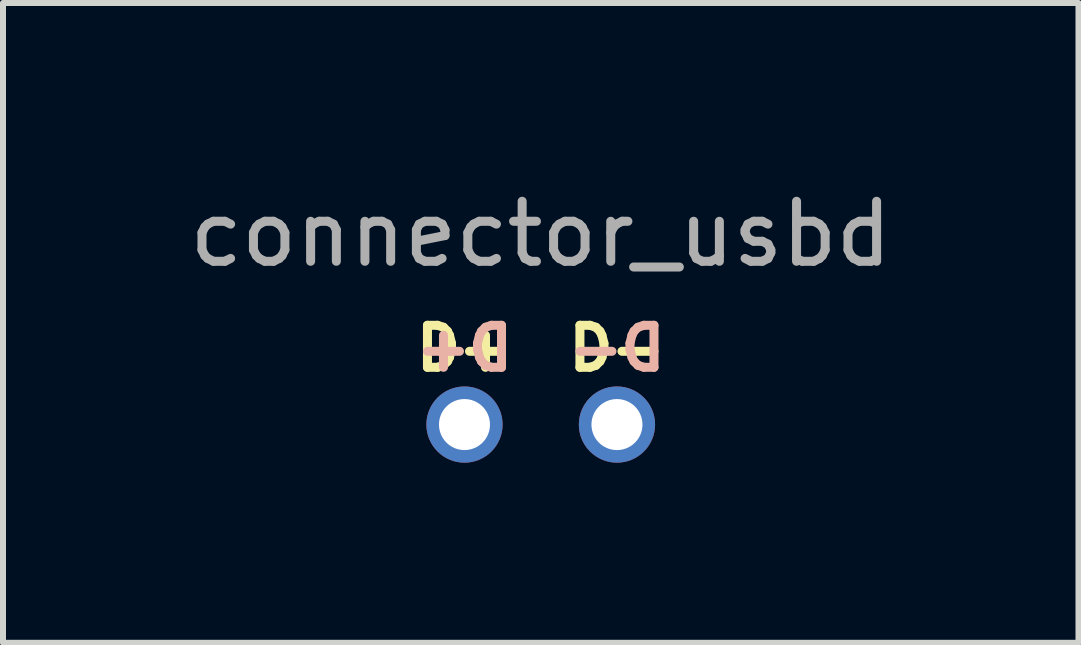
<source format=kicad_pcb>
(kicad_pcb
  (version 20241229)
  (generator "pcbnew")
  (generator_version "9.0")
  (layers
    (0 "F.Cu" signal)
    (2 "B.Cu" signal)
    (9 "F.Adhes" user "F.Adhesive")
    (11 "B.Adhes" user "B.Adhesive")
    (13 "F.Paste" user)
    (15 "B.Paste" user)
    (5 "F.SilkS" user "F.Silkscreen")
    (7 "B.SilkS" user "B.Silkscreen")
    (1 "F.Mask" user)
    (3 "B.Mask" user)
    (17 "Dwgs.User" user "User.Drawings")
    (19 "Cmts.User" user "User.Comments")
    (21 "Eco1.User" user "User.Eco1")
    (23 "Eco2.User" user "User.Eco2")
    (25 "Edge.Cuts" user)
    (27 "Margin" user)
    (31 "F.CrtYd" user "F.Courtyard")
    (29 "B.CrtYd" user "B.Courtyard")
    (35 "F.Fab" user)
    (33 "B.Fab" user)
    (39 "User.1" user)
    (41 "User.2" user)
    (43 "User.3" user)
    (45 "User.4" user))
  (footprint "connector_usbd"
    (layer "F.Cu")
    (at 5.958 4.023)
    (property "Reference" "connector_usbd" (at 0 -3.175 0) (layer "F.Fab") (effects (font (size 1 1) (thickness 0.15))))
    (attr through_hole)
    (fp_text user "D+" (at -1.27 -1.27 0) (unlocked yes) (layer "F.SilkS") (effects (font (size 0.7 0.7) (thickness 0.15))))
    (fp_text user "D-" (at 1.27 -1.27 180) (layer "F.SilkS") (effects (font (size 0.7 0.7) (thickness 0.15))))
    (fp_text user "D+" (at -1.27 -1.27 0) (unlocked yes) (layer "B.SilkS") (effects (font (size 0.7 0.7) (thickness 0.15)) (justify mirror)))
    (fp_text user "D-" (at 1.27 -1.27 180) (layer "B.SilkS") (effects (font (size 0.7 0.7) (thickness 0.15)) (justify mirror)))
    (pad "1" thru_hole circle (at -1.27 0 90) (size 1.27 1.27) (drill 0.85) (layers "*.Cu" "*.Mask"))
    (pad "2" thru_hole circle (at 1.27 0) (size 1.27 1.27) (drill 0.85) (layers "*.Cu" "*.Mask")))
  (gr_rect
    (start -3 -3)
    (end 14.917 7.658)
    (stroke (width 0.1) (type default))
    (fill no)
    (layer "Edge.Cuts")))
</source>
